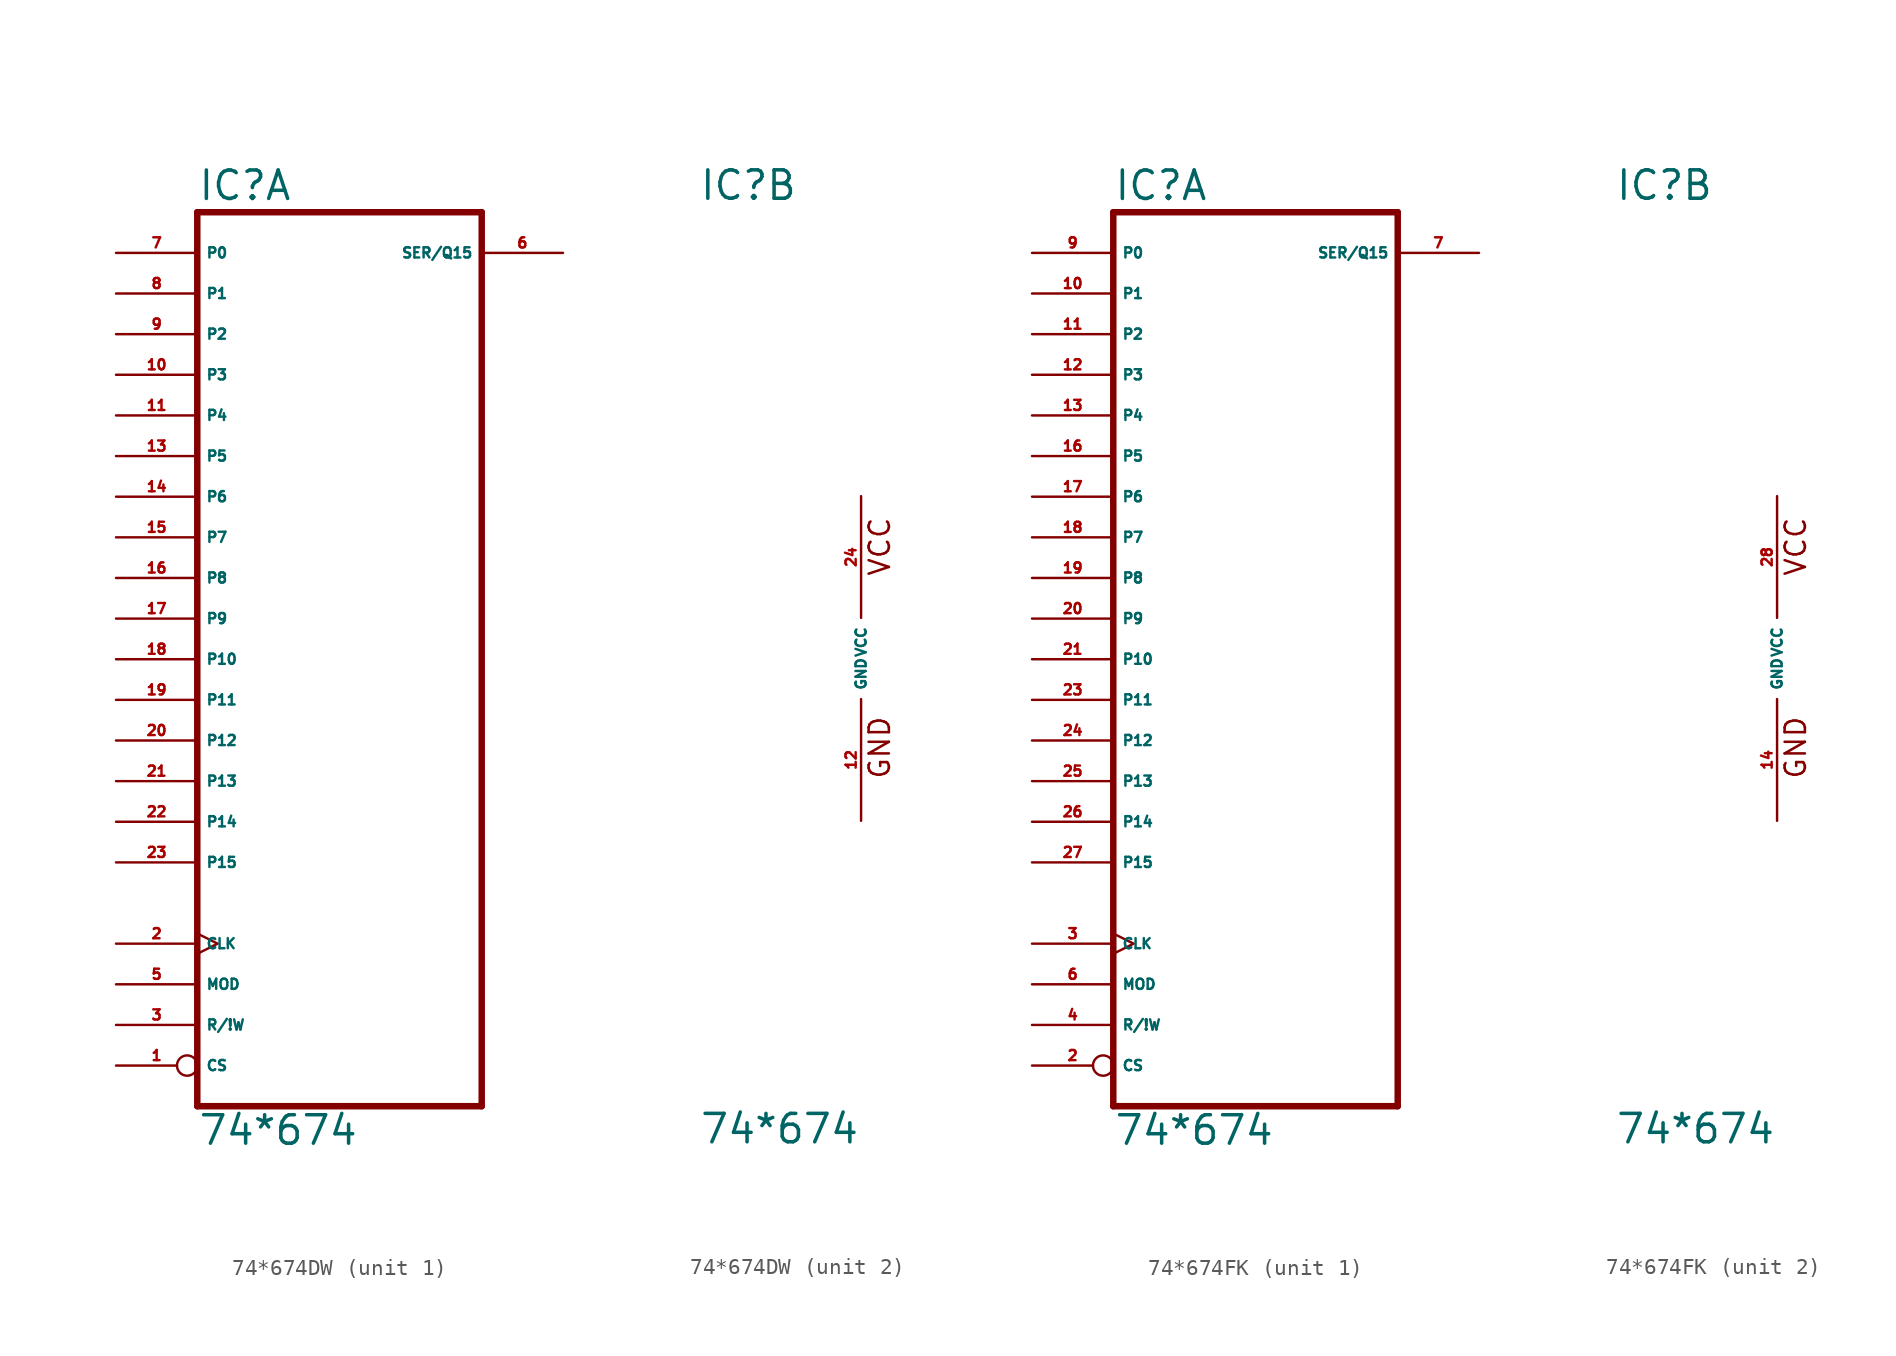
<source format=kicad_sym>
(kicad_symbol_lib
  (version 20220914)
  (generator Eagle2Kicad)
  (symbol "74*674DW"
    (property "Reference" "IC"
      (at -10.16 28.575 0)
      (effects (font (size 1.778 1.778) (thickness 0.22)) (justify left bottom)))
    (property "Value" "74*674"
      (at -10.16 -30.48 0)
      (effects (font (size 1.778 1.778) (thickness 0.22)) (justify left bottom)))
    (symbol "74*674DW_1_0"
      (polyline (pts (xy -10.16 -27.94) (xy 7.62 -27.94)) (stroke (width 0.406) (type default)) (fill (type none)))
      (polyline (pts (xy 7.62 -27.94) (xy 7.62 27.94)) (stroke (width 0.406) (type default)) (fill (type none)))
      (polyline (pts (xy 7.62 27.94) (xy -10.16 27.94)) (stroke (width 0.406) (type default)) (fill (type none)))
      (polyline (pts (xy -10.16 27.94) (xy -10.16 -27.94)) (stroke (width 0.406) (type default)) (fill (type none)))
      (pin input inverted (at -15.24 -25.4 0) (length 5.08) (name "CS" (effects (font (size 0.635 0.635) (thickness 0.08)) (justify left bottom))) (number "1" (effects (font (size 0.635 0.635) (thickness 0.08)) (justify left bottom))))
      (pin input clock (at -15.24 -17.78 0) (length 5.08) (name "CLK" (effects (font (size 0.635 0.635) (thickness 0.08)) (justify left bottom))) (number "2" (effects (font (size 0.635 0.635) (thickness 0.08)) (justify left bottom))))
      (pin input line (at -15.24 -22.86 0) (length 5.08) (name "R/!W" (effects (font (size 0.635 0.635) (thickness 0.08)) (justify left bottom))) (number "3" (effects (font (size 0.635 0.635) (thickness 0.08)) (justify left bottom))))
      (pin input line (at -15.24 -20.32 0) (length 5.08) (name "MOD" (effects (font (size 0.635 0.635) (thickness 0.08)) (justify left bottom))) (number "5" (effects (font (size 0.635 0.635) (thickness 0.08)) (justify left bottom))))
      (pin bidirectional line (at 12.7 25.4 180) (length 5.08) (name "SER/Q15" (effects (font (size 0.635 0.635) (thickness 0.08)) (justify left bottom))) (number "6" (effects (font (size 0.635 0.635) (thickness 0.08)) (justify left bottom))))
      (pin input line (at -15.24 25.4 0) (length 5.08) (name "P0" (effects (font (size 0.635 0.635) (thickness 0.08)) (justify left bottom))) (number "7" (effects (font (size 0.635 0.635) (thickness 0.08)) (justify left bottom))))
      (pin input line (at -15.24 22.86 0) (length 5.08) (name "P1" (effects (font (size 0.635 0.635) (thickness 0.08)) (justify left bottom))) (number "8" (effects (font (size 0.635 0.635) (thickness 0.08)) (justify left bottom))))
      (pin input line (at -15.24 20.32 0) (length 5.08) (name "P2" (effects (font (size 0.635 0.635) (thickness 0.08)) (justify left bottom))) (number "9" (effects (font (size 0.635 0.635) (thickness 0.08)) (justify left bottom))))
      (pin input line (at -15.24 17.78 0) (length 5.08) (name "P3" (effects (font (size 0.635 0.635) (thickness 0.08)) (justify left bottom))) (number "10" (effects (font (size 0.635 0.635) (thickness 0.08)) (justify left bottom))))
      (pin input line (at -15.24 15.24 0) (length 5.08) (name "P4" (effects (font (size 0.635 0.635) (thickness 0.08)) (justify left bottom))) (number "11" (effects (font (size 0.635 0.635) (thickness 0.08)) (justify left bottom))))
      (pin input line (at -15.24 12.7 0) (length 5.08) (name "P5" (effects (font (size 0.635 0.635) (thickness 0.08)) (justify left bottom))) (number "13" (effects (font (size 0.635 0.635) (thickness 0.08)) (justify left bottom))))
      (pin input line (at -15.24 10.16 0) (length 5.08) (name "P6" (effects (font (size 0.635 0.635) (thickness 0.08)) (justify left bottom))) (number "14" (effects (font (size 0.635 0.635) (thickness 0.08)) (justify left bottom))))
      (pin input line (at -15.24 7.62 0) (length 5.08) (name "P7" (effects (font (size 0.635 0.635) (thickness 0.08)) (justify left bottom))) (number "15" (effects (font (size 0.635 0.635) (thickness 0.08)) (justify left bottom))))
      (pin input line (at -15.24 5.08 0) (length 5.08) (name "P8" (effects (font (size 0.635 0.635) (thickness 0.08)) (justify left bottom))) (number "16" (effects (font (size 0.635 0.635) (thickness 0.08)) (justify left bottom))))
      (pin input line (at -15.24 2.54 0) (length 5.08) (name "P9" (effects (font (size 0.635 0.635) (thickness 0.08)) (justify left bottom))) (number "17" (effects (font (size 0.635 0.635) (thickness 0.08)) (justify left bottom))))
      (pin input line (at -15.24 0 0) (length 5.08) (name "P10" (effects (font (size 0.635 0.635) (thickness 0.08)) (justify left bottom))) (number "18" (effects (font (size 0.635 0.635) (thickness 0.08)) (justify left bottom))))
      (pin input line (at -15.24 -2.54 0) (length 5.08) (name "P11" (effects (font (size 0.635 0.635) (thickness 0.08)) (justify left bottom))) (number "19" (effects (font (size 0.635 0.635) (thickness 0.08)) (justify left bottom))))
      (pin input line (at -15.24 -5.08 0) (length 5.08) (name "P12" (effects (font (size 0.635 0.635) (thickness 0.08)) (justify left bottom))) (number "20" (effects (font (size 0.635 0.635) (thickness 0.08)) (justify left bottom))))
      (pin input line (at -15.24 -7.62 0) (length 5.08) (name "P13" (effects (font (size 0.635 0.635) (thickness 0.08)) (justify left bottom))) (number "21" (effects (font (size 0.635 0.635) (thickness 0.08)) (justify left bottom))))
      (pin input line (at -15.24 -10.16 0) (length 5.08) (name "P14" (effects (font (size 0.635 0.635) (thickness 0.08)) (justify left bottom))) (number "22" (effects (font (size 0.635 0.635) (thickness 0.08)) (justify left bottom))))
      (pin input line (at -15.24 -12.7 0) (length 5.08) (name "P15" (effects (font (size 0.635 0.635) (thickness 0.08)) (justify left bottom))) (number "23" (effects (font (size 0.635 0.635) (thickness 0.08)) (justify left bottom)))))
    (symbol "74*674DW_2_0"
      (text "GND" (at 1.905 -7.62 900) (effects (font (size 1.27 1.27) (thickness 0.16)) (justify left bottom)))
      (text "VCC" (at 1.905 5.08 900) (effects (font (size 1.27 1.27) (thickness 0.16)) (justify left bottom)))
      (pin unspecified line (at 0 -10.16 90) (length 7.62) (name "GND" (effects (font (size 0.635 0.635) (thickness 0.08)) (justify left bottom))) (number "12" (effects (font (size 0.635 0.635) (thickness 0.08)) (justify left bottom))))
      (pin unspecified line (at 0 10.16 270) (length 7.62) (name "VCC" (effects (font (size 0.635 0.635) (thickness 0.08)) (justify left bottom))) (number "24" (effects (font (size 0.635 0.635) (thickness 0.08)) (justify left bottom))))))
  (symbol "74*674FK"
    (property "Reference" "IC"
      (at -10.16 28.575 0)
      (effects (font (size 1.778 1.778) (thickness 0.22)) (justify left bottom)))
    (property "Value" "74*674"
      (at -10.16 -30.48 0)
      (effects (font (size 1.778 1.778) (thickness 0.22)) (justify left bottom)))
    (symbol "74*674FK_1_0"
      (polyline (pts (xy -10.16 -27.94) (xy 7.62 -27.94)) (stroke (width 0.406) (type default)) (fill (type none)))
      (polyline (pts (xy 7.62 -27.94) (xy 7.62 27.94)) (stroke (width 0.406) (type default)) (fill (type none)))
      (polyline (pts (xy 7.62 27.94) (xy -10.16 27.94)) (stroke (width 0.406) (type default)) (fill (type none)))
      (polyline (pts (xy -10.16 27.94) (xy -10.16 -27.94)) (stroke (width 0.406) (type default)) (fill (type none)))
      (pin input inverted (at -15.24 -25.4 0) (length 5.08) (name "CS" (effects (font (size 0.635 0.635) (thickness 0.08)) (justify left bottom))) (number "2" (effects (font (size 0.635 0.635) (thickness 0.08)) (justify left bottom))))
      (pin input clock (at -15.24 -17.78 0) (length 5.08) (name "CLK" (effects (font (size 0.635 0.635) (thickness 0.08)) (justify left bottom))) (number "3" (effects (font (size 0.635 0.635) (thickness 0.08)) (justify left bottom))))
      (pin input line (at -15.24 -22.86 0) (length 5.08) (name "R/!W" (effects (font (size 0.635 0.635) (thickness 0.08)) (justify left bottom))) (number "4" (effects (font (size 0.635 0.635) (thickness 0.08)) (justify left bottom))))
      (pin input line (at -15.24 -20.32 0) (length 5.08) (name "MOD" (effects (font (size 0.635 0.635) (thickness 0.08)) (justify left bottom))) (number "6" (effects (font (size 0.635 0.635) (thickness 0.08)) (justify left bottom))))
      (pin bidirectional line (at 12.7 25.4 180) (length 5.08) (name "SER/Q15" (effects (font (size 0.635 0.635) (thickness 0.08)) (justify left bottom))) (number "7" (effects (font (size 0.635 0.635) (thickness 0.08)) (justify left bottom))))
      (pin input line (at -15.24 25.4 0) (length 5.08) (name "P0" (effects (font (size 0.635 0.635) (thickness 0.08)) (justify left bottom))) (number "9" (effects (font (size 0.635 0.635) (thickness 0.08)) (justify left bottom))))
      (pin input line (at -15.24 22.86 0) (length 5.08) (name "P1" (effects (font (size 0.635 0.635) (thickness 0.08)) (justify left bottom))) (number "10" (effects (font (size 0.635 0.635) (thickness 0.08)) (justify left bottom))))
      (pin input line (at -15.24 20.32 0) (length 5.08) (name "P2" (effects (font (size 0.635 0.635) (thickness 0.08)) (justify left bottom))) (number "11" (effects (font (size 0.635 0.635) (thickness 0.08)) (justify left bottom))))
      (pin input line (at -15.24 17.78 0) (length 5.08) (name "P3" (effects (font (size 0.635 0.635) (thickness 0.08)) (justify left bottom))) (number "12" (effects (font (size 0.635 0.635) (thickness 0.08)) (justify left bottom))))
      (pin input line (at -15.24 15.24 0) (length 5.08) (name "P4" (effects (font (size 0.635 0.635) (thickness 0.08)) (justify left bottom))) (number "13" (effects (font (size 0.635 0.635) (thickness 0.08)) (justify left bottom))))
      (pin input line (at -15.24 12.7 0) (length 5.08) (name "P5" (effects (font (size 0.635 0.635) (thickness 0.08)) (justify left bottom))) (number "16" (effects (font (size 0.635 0.635) (thickness 0.08)) (justify left bottom))))
      (pin input line (at -15.24 10.16 0) (length 5.08) (name "P6" (effects (font (size 0.635 0.635) (thickness 0.08)) (justify left bottom))) (number "17" (effects (font (size 0.635 0.635) (thickness 0.08)) (justify left bottom))))
      (pin input line (at -15.24 7.62 0) (length 5.08) (name "P7" (effects (font (size 0.635 0.635) (thickness 0.08)) (justify left bottom))) (number "18" (effects (font (size 0.635 0.635) (thickness 0.08)) (justify left bottom))))
      (pin input line (at -15.24 5.08 0) (length 5.08) (name "P8" (effects (font (size 0.635 0.635) (thickness 0.08)) (justify left bottom))) (number "19" (effects (font (size 0.635 0.635) (thickness 0.08)) (justify left bottom))))
      (pin input line (at -15.24 2.54 0) (length 5.08) (name "P9" (effects (font (size 0.635 0.635) (thickness 0.08)) (justify left bottom))) (number "20" (effects (font (size 0.635 0.635) (thickness 0.08)) (justify left bottom))))
      (pin input line (at -15.24 0 0) (length 5.08) (name "P10" (effects (font (size 0.635 0.635) (thickness 0.08)) (justify left bottom))) (number "21" (effects (font (size 0.635 0.635) (thickness 0.08)) (justify left bottom))))
      (pin input line (at -15.24 -2.54 0) (length 5.08) (name "P11" (effects (font (size 0.635 0.635) (thickness 0.08)) (justify left bottom))) (number "23" (effects (font (size 0.635 0.635) (thickness 0.08)) (justify left bottom))))
      (pin input line (at -15.24 -5.08 0) (length 5.08) (name "P12" (effects (font (size 0.635 0.635) (thickness 0.08)) (justify left bottom))) (number "24" (effects (font (size 0.635 0.635) (thickness 0.08)) (justify left bottom))))
      (pin input line (at -15.24 -7.62 0) (length 5.08) (name "P13" (effects (font (size 0.635 0.635) (thickness 0.08)) (justify left bottom))) (number "25" (effects (font (size 0.635 0.635) (thickness 0.08)) (justify left bottom))))
      (pin input line (at -15.24 -10.16 0) (length 5.08) (name "P14" (effects (font (size 0.635 0.635) (thickness 0.08)) (justify left bottom))) (number "26" (effects (font (size 0.635 0.635) (thickness 0.08)) (justify left bottom))))
      (pin input line (at -15.24 -12.7 0) (length 5.08) (name "P15" (effects (font (size 0.635 0.635) (thickness 0.08)) (justify left bottom))) (number "27" (effects (font (size 0.635 0.635) (thickness 0.08)) (justify left bottom)))))
    (symbol "74*674FK_2_0"
      (text "GND" (at 1.905 -7.62 900) (effects (font (size 1.27 1.27) (thickness 0.16)) (justify left bottom)))
      (text "VCC" (at 1.905 5.08 900) (effects (font (size 1.27 1.27) (thickness 0.16)) (justify left bottom)))
      (pin unspecified line (at 0 -10.16 90) (length 7.62) (name "GND" (effects (font (size 0.635 0.635) (thickness 0.08)) (justify left bottom))) (number "14" (effects (font (size 0.635 0.635) (thickness 0.08)) (justify left bottom))))
      (pin unspecified line (at 0 10.16 270) (length 7.62) (name "VCC" (effects (font (size 0.635 0.635) (thickness 0.08)) (justify left bottom))) (number "28" (effects (font (size 0.635 0.635) (thickness 0.08)) (justify left bottom)))))))
</source>
